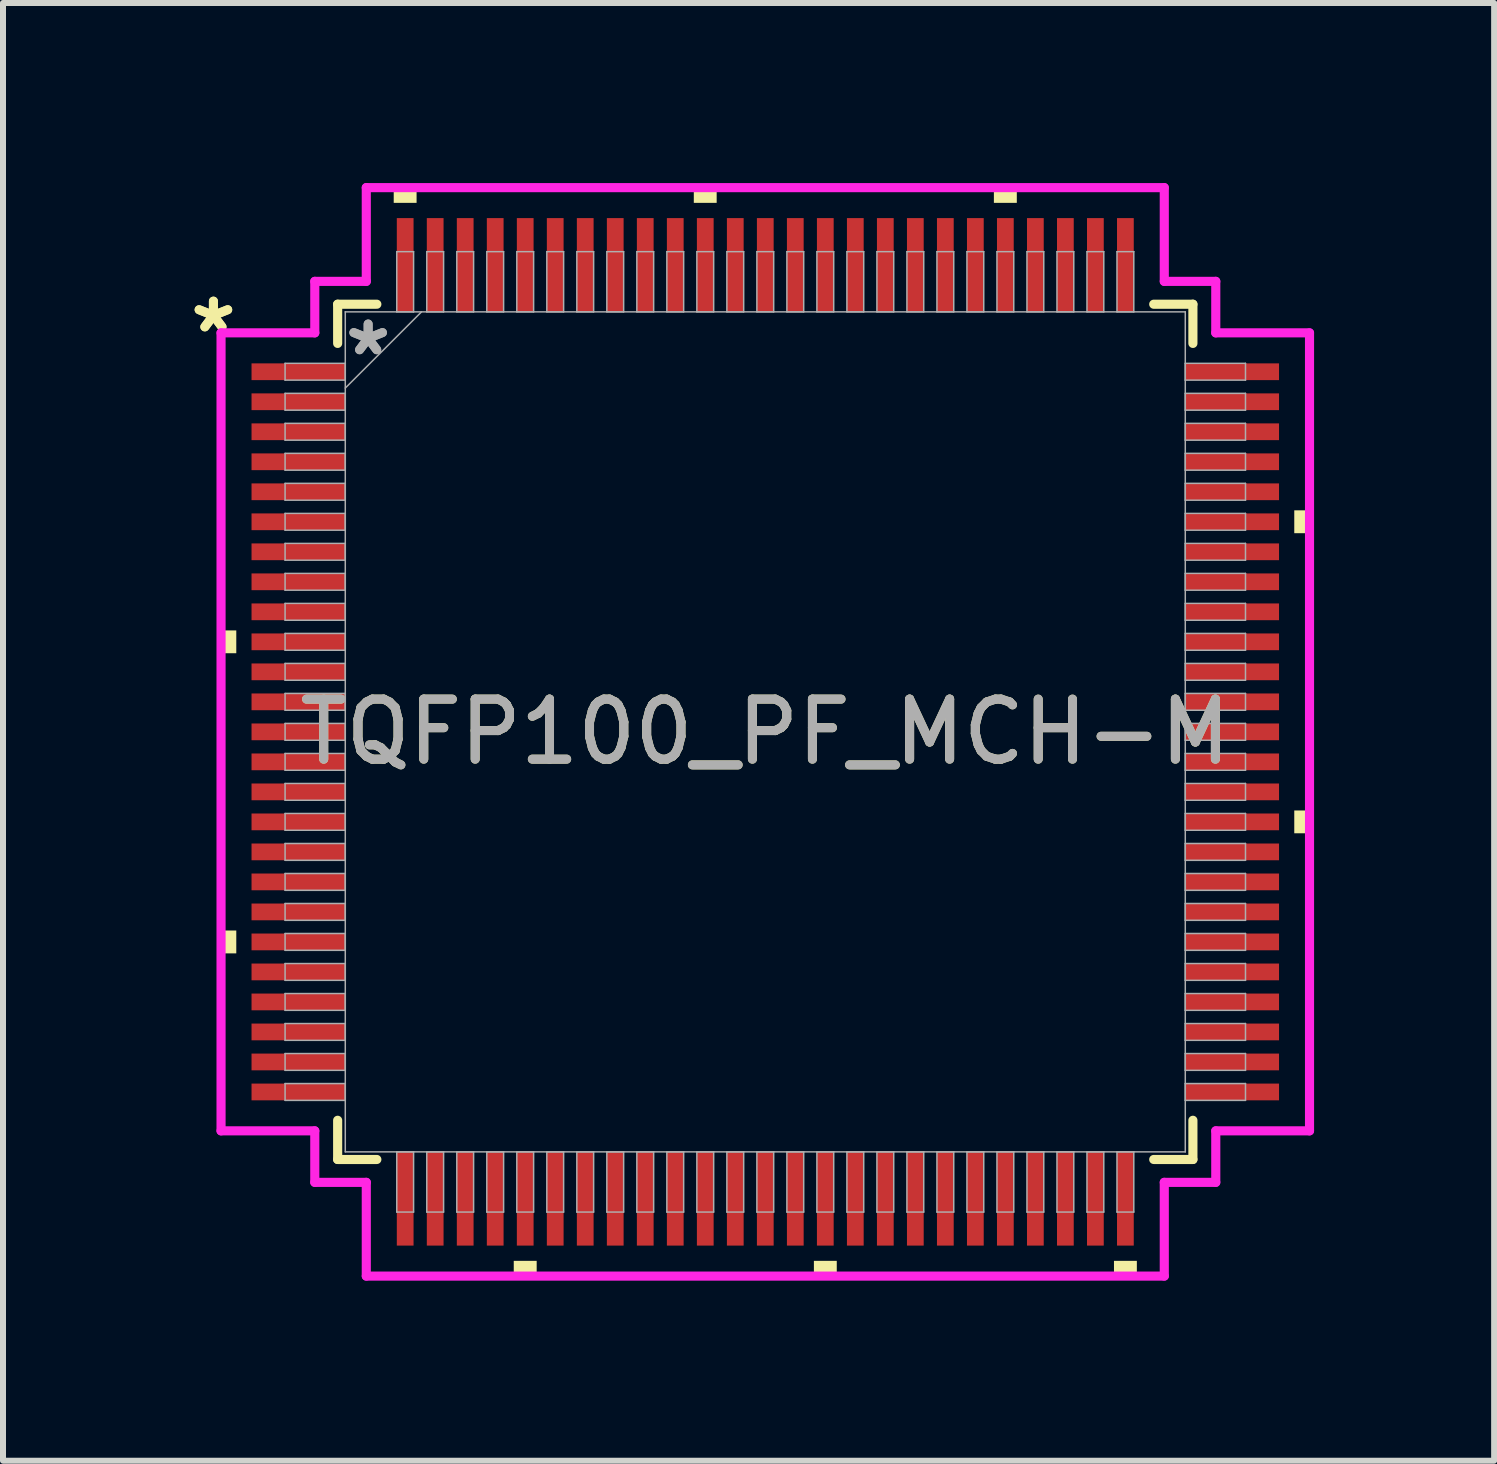
<source format=kicad_pcb>
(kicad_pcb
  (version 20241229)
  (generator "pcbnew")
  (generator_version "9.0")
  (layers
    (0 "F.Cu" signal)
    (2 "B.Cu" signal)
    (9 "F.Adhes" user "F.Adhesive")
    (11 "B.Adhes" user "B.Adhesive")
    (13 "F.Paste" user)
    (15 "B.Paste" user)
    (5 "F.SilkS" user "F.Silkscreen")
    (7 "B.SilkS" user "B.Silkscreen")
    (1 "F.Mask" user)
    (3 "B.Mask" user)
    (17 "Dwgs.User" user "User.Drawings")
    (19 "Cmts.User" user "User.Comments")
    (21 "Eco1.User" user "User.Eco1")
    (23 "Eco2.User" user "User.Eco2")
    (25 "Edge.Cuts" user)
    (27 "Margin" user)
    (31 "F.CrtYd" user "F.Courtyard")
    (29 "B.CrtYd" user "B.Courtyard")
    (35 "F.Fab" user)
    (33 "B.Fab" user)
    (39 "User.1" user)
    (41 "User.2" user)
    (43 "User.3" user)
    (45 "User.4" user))
  (footprint "TQFP100_PF_MCH-M"
    (layer "F.Cu")
    (at 9.701 9.144)
    (property "Reference" "TQFP100_PF_MCH-M" (at 0 0 0) (unlocked yes) (layer "F.SilkS") (effects (font (size 1 1) (thickness 0.15))))
    (attr smd)
    (fp_line (start -7.125 -7.125) (end -7.125 -6.472) (stroke (width 0.152) (type solid)) (layer "F.SilkS"))
    (fp_line (start -7.125 6.472) (end -7.125 7.125) (stroke (width 0.152) (type solid)) (layer "F.SilkS"))
    (fp_line (start -7.125 7.125) (end -6.472 7.125) (stroke (width 0.152) (type solid)) (layer "F.SilkS"))
    (fp_line (start -6.472 -7.125) (end -7.125 -7.125) (stroke (width 0.152) (type solid)) (layer "F.SilkS"))
    (fp_line (start 6.472 7.125) (end 7.125 7.125) (stroke (width 0.152) (type solid)) (layer "F.SilkS"))
    (fp_line (start 7.125 -7.125) (end 6.472 -7.125) (stroke (width 0.152) (type solid)) (layer "F.SilkS"))
    (fp_line (start 7.125 -6.472) (end 7.125 -7.125) (stroke (width 0.152) (type solid)) (layer "F.SilkS"))
    (fp_line (start 7.125 7.125) (end 7.125 6.472) (stroke (width 0.152) (type solid)) (layer "F.SilkS"))
    (fp_poly (pts (xy -9.068 -1.69) (xy -9.068 -1.31) (xy -8.814 -1.31) (xy -8.814 -1.69)) (stroke (width 0) (type solid)) (fill yes) (layer "F.SilkS"))
    (fp_poly (pts (xy -9.068 3.31) (xy -9.068 3.691) (xy -8.814 3.691) (xy -8.814 3.31)) (stroke (width 0) (type solid)) (fill yes) (layer "F.SilkS"))
    (fp_poly (pts (xy -6.191 -8.814) (xy -6.191 -9.068) (xy -5.81 -9.068) (xy -5.81 -8.814)) (stroke (width 0) (type solid)) (fill yes) (layer "F.SilkS"))
    (fp_poly (pts (xy -4.191 8.814) (xy -4.191 9.068) (xy -3.809 9.068) (xy -3.809 8.814)) (stroke (width 0) (type solid)) (fill yes) (layer "F.SilkS"))
    (fp_poly (pts (xy -1.191 -8.814) (xy -1.191 -9.068) (xy -0.81 -9.068) (xy -0.81 -8.814)) (stroke (width 0) (type solid)) (fill yes) (layer "F.SilkS"))
    (fp_poly (pts (xy 0.81 8.814) (xy 0.81 9.068) (xy 1.191 9.068) (xy 1.191 8.814)) (stroke (width 0) (type solid)) (fill yes) (layer "F.SilkS"))
    (fp_poly (pts (xy 3.809 -8.814) (xy 3.809 -9.068) (xy 4.191 -9.068) (xy 4.191 -8.814)) (stroke (width 0) (type solid)) (fill yes) (layer "F.SilkS"))
    (fp_poly (pts (xy 5.81 8.814) (xy 5.81 9.068) (xy 6.191 9.068) (xy 6.191 8.814)) (stroke (width 0) (type solid)) (fill yes) (layer "F.SilkS"))
    (fp_poly (pts (xy 9.068 -3.691) (xy 9.068 -3.31) (xy 8.814 -3.31) (xy 8.814 -3.691)) (stroke (width 0) (type solid)) (fill yes) (layer "F.SilkS"))
    (fp_poly (pts (xy 9.068 1.31) (xy 9.068 1.69) (xy 8.814 1.69) (xy 8.814 1.31)) (stroke (width 0) (type solid)) (fill yes) (layer "F.SilkS"))
    (fp_line (start -9.068 -6.648) (end -7.506 -6.648) (stroke (width 0.152) (type solid)) (layer "F.CrtYd"))
    (fp_line (start -9.068 6.648) (end -9.068 -6.648) (stroke (width 0.152) (type solid)) (layer "F.CrtYd"))
    (fp_line (start -7.506 -7.506) (end -6.648 -7.506) (stroke (width 0.152) (type solid)) (layer "F.CrtYd"))
    (fp_line (start -7.506 -6.648) (end -7.506 -7.506) (stroke (width 0.152) (type solid)) (layer "F.CrtYd"))
    (fp_line (start -7.506 6.648) (end -9.068 6.648) (stroke (width 0.152) (type solid)) (layer "F.CrtYd"))
    (fp_line (start -7.506 7.506) (end -7.506 6.648) (stroke (width 0.152) (type solid)) (layer "F.CrtYd"))
    (fp_line (start -7.506 7.506) (end -6.648 7.506) (stroke (width 0.152) (type solid)) (layer "F.CrtYd"))
    (fp_line (start -6.648 -9.068) (end 6.648 -9.068) (stroke (width 0.152) (type solid)) (layer "F.CrtYd"))
    (fp_line (start -6.648 -7.506) (end -6.648 -9.068) (stroke (width 0.152) (type solid)) (layer "F.CrtYd"))
    (fp_line (start -6.648 7.506) (end -6.648 9.068) (stroke (width 0.152) (type solid)) (layer "F.CrtYd"))
    (fp_line (start -6.648 9.068) (end 6.648 9.068) (stroke (width 0.152) (type solid)) (layer "F.CrtYd"))
    (fp_line (start 6.648 -9.068) (end 6.648 -7.506) (stroke (width 0.152) (type solid)) (layer "F.CrtYd"))
    (fp_line (start 6.648 -7.506) (end 7.506 -7.506) (stroke (width 0.152) (type solid)) (layer "F.CrtYd"))
    (fp_line (start 6.648 7.506) (end 7.506 7.506) (stroke (width 0.152) (type solid)) (layer "F.CrtYd"))
    (fp_line (start 6.648 9.068) (end 6.648 7.506) (stroke (width 0.152) (type solid)) (layer "F.CrtYd"))
    (fp_line (start 7.506 -6.648) (end 7.506 -7.506) (stroke (width 0.152) (type solid)) (layer "F.CrtYd"))
    (fp_line (start 7.506 6.648) (end 9.068 6.648) (stroke (width 0.152) (type solid)) (layer "F.CrtYd"))
    (fp_line (start 7.506 7.506) (end 7.506 6.648) (stroke (width 0.152) (type solid)) (layer "F.CrtYd"))
    (fp_line (start 9.068 -6.648) (end 7.506 -6.648) (stroke (width 0.152) (type solid)) (layer "F.CrtYd"))
    (fp_line (start 9.068 6.648) (end 9.068 -6.648) (stroke (width 0.152) (type solid)) (layer "F.CrtYd"))
    (fp_line (start -8.001 -6.14) (end -8.001 -5.86) (stroke (width 0.025) (type solid)) (layer "F.Fab"))
    (fp_line (start -8.001 -5.86) (end -6.998 -5.86) (stroke (width 0.025) (type solid)) (layer "F.Fab"))
    (fp_line (start -8.001 -5.64) (end -8.001 -5.36) (stroke (width 0.025) (type solid)) (layer "F.Fab"))
    (fp_line (start -8.001 -5.36) (end -6.998 -5.36) (stroke (width 0.025) (type solid)) (layer "F.Fab"))
    (fp_line (start -8.001 -5.14) (end -8.001 -4.86) (stroke (width 0.025) (type solid)) (layer "F.Fab"))
    (fp_line (start -8.001 -4.86) (end -6.998 -4.86) (stroke (width 0.025) (type solid)) (layer "F.Fab"))
    (fp_line (start -8.001 -4.64) (end -8.001 -4.36) (stroke (width 0.025) (type solid)) (layer "F.Fab"))
    (fp_line (start -8.001 -4.36) (end -6.998 -4.36) (stroke (width 0.025) (type solid)) (layer "F.Fab"))
    (fp_line (start -8.001 -4.14) (end -8.001 -3.86) (stroke (width 0.025) (type solid)) (layer "F.Fab"))
    (fp_line (start -8.001 -3.86) (end -6.998 -3.86) (stroke (width 0.025) (type solid)) (layer "F.Fab"))
    (fp_line (start -8.001 -3.64) (end -8.001 -3.36) (stroke (width 0.025) (type solid)) (layer "F.Fab"))
    (fp_line (start -8.001 -3.36) (end -6.998 -3.36) (stroke (width 0.025) (type solid)) (layer "F.Fab"))
    (fp_line (start -8.001 -3.14) (end -8.001 -2.86) (stroke (width 0.025) (type solid)) (layer "F.Fab"))
    (fp_line (start -8.001 -2.86) (end -6.998 -2.86) (stroke (width 0.025) (type solid)) (layer "F.Fab"))
    (fp_line (start -8.001 -2.64) (end -8.001 -2.36) (stroke (width 0.025) (type solid)) (layer "F.Fab"))
    (fp_line (start -8.001 -2.36) (end -6.998 -2.36) (stroke (width 0.025) (type solid)) (layer "F.Fab"))
    (fp_line (start -8.001 -2.14) (end -8.001 -1.86) (stroke (width 0.025) (type solid)) (layer "F.Fab"))
    (fp_line (start -8.001 -1.86) (end -6.998 -1.86) (stroke (width 0.025) (type solid)) (layer "F.Fab"))
    (fp_line (start -8.001 -1.64) (end -8.001 -1.36) (stroke (width 0.025) (type solid)) (layer "F.Fab"))
    (fp_line (start -8.001 -1.36) (end -6.998 -1.36) (stroke (width 0.025) (type solid)) (layer "F.Fab"))
    (fp_line (start -8.001 -1.14) (end -8.001 -0.86) (stroke (width 0.025) (type solid)) (layer "F.Fab"))
    (fp_line (start -8.001 -0.86) (end -6.998 -0.86) (stroke (width 0.025) (type solid)) (layer "F.Fab"))
    (fp_line (start -8.001 -0.64) (end -8.001 -0.36) (stroke (width 0.025) (type solid)) (layer "F.Fab"))
    (fp_line (start -8.001 -0.36) (end -6.998 -0.36) (stroke (width 0.025) (type solid)) (layer "F.Fab"))
    (fp_line (start -8.001 -0.14) (end -8.001 0.14) (stroke (width 0.025) (type solid)) (layer "F.Fab"))
    (fp_line (start -8.001 0.14) (end -6.998 0.14) (stroke (width 0.025) (type solid)) (layer "F.Fab"))
    (fp_line (start -8.001 0.36) (end -8.001 0.64) (stroke (width 0.025) (type solid)) (layer "F.Fab"))
    (fp_line (start -8.001 0.64) (end -6.998 0.64) (stroke (width 0.025) (type solid)) (layer "F.Fab"))
    (fp_line (start -8.001 0.86) (end -8.001 1.14) (stroke (width 0.025) (type solid)) (layer "F.Fab"))
    (fp_line (start -8.001 1.14) (end -6.998 1.14) (stroke (width 0.025) (type solid)) (layer "F.Fab"))
    (fp_line (start -8.001 1.36) (end -8.001 1.64) (stroke (width 0.025) (type solid)) (layer "F.Fab"))
    (fp_line (start -8.001 1.64) (end -6.998 1.64) (stroke (width 0.025) (type solid)) (layer "F.Fab"))
    (fp_line (start -8.001 1.86) (end -8.001 2.14) (stroke (width 0.025) (type solid)) (layer "F.Fab"))
    (fp_line (start -8.001 2.14) (end -6.998 2.14) (stroke (width 0.025) (type solid)) (layer "F.Fab"))
    (fp_line (start -8.001 2.36) (end -8.001 2.64) (stroke (width 0.025) (type solid)) (layer "F.Fab"))
    (fp_line (start -8.001 2.64) (end -6.998 2.64) (stroke (width 0.025) (type solid)) (layer "F.Fab"))
    (fp_line (start -8.001 2.86) (end -8.001 3.14) (stroke (width 0.025) (type solid)) (layer "F.Fab"))
    (fp_line (start -8.001 3.14) (end -6.998 3.14) (stroke (width 0.025) (type solid)) (layer "F.Fab"))
    (fp_line (start -8.001 3.36) (end -8.001 3.64) (stroke (width 0.025) (type solid)) (layer "F.Fab"))
    (fp_line (start -8.001 3.64) (end -6.998 3.64) (stroke (width 0.025) (type solid)) (layer "F.Fab"))
    (fp_line (start -8.001 3.86) (end -8.001 4.14) (stroke (width 0.025) (type solid)) (layer "F.Fab"))
    (fp_line (start -8.001 4.14) (end -6.998 4.14) (stroke (width 0.025) (type solid)) (layer "F.Fab"))
    (fp_line (start -8.001 4.36) (end -8.001 4.64) (stroke (width 0.025) (type solid)) (layer "F.Fab"))
    (fp_line (start -8.001 4.64) (end -6.998 4.64) (stroke (width 0.025) (type solid)) (layer "F.Fab"))
    (fp_line (start -8.001 4.86) (end -8.001 5.14) (stroke (width 0.025) (type solid)) (layer "F.Fab"))
    (fp_line (start -8.001 5.14) (end -6.998 5.14) (stroke (width 0.025) (type solid)) (layer "F.Fab"))
    (fp_line (start -8.001 5.36) (end -8.001 5.64) (stroke (width 0.025) (type solid)) (layer "F.Fab"))
    (fp_line (start -8.001 5.64) (end -6.998 5.64) (stroke (width 0.025) (type solid)) (layer "F.Fab"))
    (fp_line (start -8.001 5.86) (end -8.001 6.14) (stroke (width 0.025) (type solid)) (layer "F.Fab"))
    (fp_line (start -8.001 6.14) (end -6.998 6.14) (stroke (width 0.025) (type solid)) (layer "F.Fab"))
    (fp_line (start -6.998 -6.998) (end -6.998 6.998) (stroke (width 0.025) (type solid)) (layer "F.Fab"))
    (fp_line (start -6.998 -6.14) (end -8.001 -6.14) (stroke (width 0.025) (type solid)) (layer "F.Fab"))
    (fp_line (start -6.998 -5.86) (end -6.998 -6.14) (stroke (width 0.025) (type solid)) (layer "F.Fab"))
    (fp_line (start -6.998 -5.728) (end -5.728 -6.998) (stroke (width 0.025) (type solid)) (layer "F.Fab"))
    (fp_line (start -6.998 -5.64) (end -8.001 -5.64) (stroke (width 0.025) (type solid)) (layer "F.Fab"))
    (fp_line (start -6.998 -5.36) (end -6.998 -5.64) (stroke (width 0.025) (type solid)) (layer "F.Fab"))
    (fp_line (start -6.998 -5.14) (end -8.001 -5.14) (stroke (width 0.025) (type solid)) (layer "F.Fab"))
    (fp_line (start -6.998 -4.86) (end -6.998 -5.14) (stroke (width 0.025) (type solid)) (layer "F.Fab"))
    (fp_line (start -6.998 -4.64) (end -8.001 -4.64) (stroke (width 0.025) (type solid)) (layer "F.Fab"))
    (fp_line (start -6.998 -4.36) (end -6.998 -4.64) (stroke (width 0.025) (type solid)) (layer "F.Fab"))
    (fp_line (start -6.998 -4.14) (end -8.001 -4.14) (stroke (width 0.025) (type solid)) (layer "F.Fab"))
    (fp_line (start -6.998 -3.86) (end -6.998 -4.14) (stroke (width 0.025) (type solid)) (layer "F.Fab"))
    (fp_line (start -6.998 -3.64) (end -8.001 -3.64) (stroke (width 0.025) (type solid)) (layer "F.Fab"))
    (fp_line (start -6.998 -3.36) (end -6.998 -3.64) (stroke (width 0.025) (type solid)) (layer "F.Fab"))
    (fp_line (start -6.998 -3.14) (end -8.001 -3.14) (stroke (width 0.025) (type solid)) (layer "F.Fab"))
    (fp_line (start -6.998 -2.86) (end -6.998 -3.14) (stroke (width 0.025) (type solid)) (layer "F.Fab"))
    (fp_line (start -6.998 -2.64) (end -8.001 -2.64) (stroke (width 0.025) (type solid)) (layer "F.Fab"))
    (fp_line (start -6.998 -2.36) (end -6.998 -2.64) (stroke (width 0.025) (type solid)) (layer "F.Fab"))
    (fp_line (start -6.998 -2.14) (end -8.001 -2.14) (stroke (width 0.025) (type solid)) (layer "F.Fab"))
    (fp_line (start -6.998 -1.86) (end -6.998 -2.14) (stroke (width 0.025) (type solid)) (layer "F.Fab"))
    (fp_line (start -6.998 -1.64) (end -8.001 -1.64) (stroke (width 0.025) (type solid)) (layer "F.Fab"))
    (fp_line (start -6.998 -1.36) (end -6.998 -1.64) (stroke (width 0.025) (type solid)) (layer "F.Fab"))
    (fp_line (start -6.998 -1.14) (end -8.001 -1.14) (stroke (width 0.025) (type solid)) (layer "F.Fab"))
    (fp_line (start -6.998 -0.86) (end -6.998 -1.14) (stroke (width 0.025) (type solid)) (layer "F.Fab"))
    (fp_line (start -6.998 -0.64) (end -8.001 -0.64) (stroke (width 0.025) (type solid)) (layer "F.Fab"))
    (fp_line (start -6.998 -0.36) (end -6.998 -0.64) (stroke (width 0.025) (type solid)) (layer "F.Fab"))
    (fp_line (start -6.998 -0.14) (end -8.001 -0.14) (stroke (width 0.025) (type solid)) (layer "F.Fab"))
    (fp_line (start -6.998 0.14) (end -6.998 -0.14) (stroke (width 0.025) (type solid)) (layer "F.Fab"))
    (fp_line (start -6.998 0.36) (end -8.001 0.36) (stroke (width 0.025) (type solid)) (layer "F.Fab"))
    (fp_line (start -6.998 0.64) (end -6.998 0.36) (stroke (width 0.025) (type solid)) (layer "F.Fab"))
    (fp_line (start -6.998 0.86) (end -8.001 0.86) (stroke (width 0.025) (type solid)) (layer "F.Fab"))
    (fp_line (start -6.998 1.14) (end -6.998 0.86) (stroke (width 0.025) (type solid)) (layer "F.Fab"))
    (fp_line (start -6.998 1.36) (end -8.001 1.36) (stroke (width 0.025) (type solid)) (layer "F.Fab"))
    (fp_line (start -6.998 1.64) (end -6.998 1.36) (stroke (width 0.025) (type solid)) (layer "F.Fab"))
    (fp_line (start -6.998 1.86) (end -8.001 1.86) (stroke (width 0.025) (type solid)) (layer "F.Fab"))
    (fp_line (start -6.998 2.14) (end -6.998 1.86) (stroke (width 0.025) (type solid)) (layer "F.Fab"))
    (fp_line (start -6.998 2.36) (end -8.001 2.36) (stroke (width 0.025) (type solid)) (layer "F.Fab"))
    (fp_line (start -6.998 2.64) (end -6.998 2.36) (stroke (width 0.025) (type solid)) (layer "F.Fab"))
    (fp_line (start -6.998 2.86) (end -8.001 2.86) (stroke (width 0.025) (type solid)) (layer "F.Fab"))
    (fp_line (start -6.998 3.14) (end -6.998 2.86) (stroke (width 0.025) (type solid)) (layer "F.Fab"))
    (fp_line (start -6.998 3.36) (end -8.001 3.36) (stroke (width 0.025) (type solid)) (layer "F.Fab"))
    (fp_line (start -6.998 3.64) (end -6.998 3.36) (stroke (width 0.025) (type solid)) (layer "F.Fab"))
    (fp_line (start -6.998 3.86) (end -8.001 3.86) (stroke (width 0.025) (type solid)) (layer "F.Fab"))
    (fp_line (start -6.998 4.14) (end -6.998 3.86) (stroke (width 0.025) (type solid)) (layer "F.Fab"))
    (fp_line (start -6.998 4.36) (end -8.001 4.36) (stroke (width 0.025) (type solid)) (layer "F.Fab"))
    (fp_line (start -6.998 4.64) (end -6.998 4.36) (stroke (width 0.025) (type solid)) (layer "F.Fab"))
    (fp_line (start -6.998 4.86) (end -8.001 4.86) (stroke (width 0.025) (type solid)) (layer "F.Fab"))
    (fp_line (start -6.998 5.14) (end -6.998 4.86) (stroke (width 0.025) (type solid)) (layer "F.Fab"))
    (fp_line (start -6.998 5.36) (end -8.001 5.36) (stroke (width 0.025) (type solid)) (layer "F.Fab"))
    (fp_line (start -6.998 5.64) (end -6.998 5.36) (stroke (width 0.025) (type solid)) (layer "F.Fab"))
    (fp_line (start -6.998 5.86) (end -8.001 5.86) (stroke (width 0.025) (type solid)) (layer "F.Fab"))
    (fp_line (start -6.998 6.14) (end -6.998 5.86) (stroke (width 0.025) (type solid)) (layer "F.Fab"))
    (fp_line (start -6.998 6.998) (end 6.998 6.998) (stroke (width 0.025) (type solid)) (layer "F.Fab"))
    (fp_line (start -6.14 -8.001) (end -6.14 -6.998) (stroke (width 0.025) (type solid)) (layer "F.Fab"))
    (fp_line (start -6.14 -6.998) (end -5.86 -6.998) (stroke (width 0.025) (type solid)) (layer "F.Fab"))
    (fp_line (start -6.14 6.998) (end -6.14 8.001) (stroke (width 0.025) (type solid)) (layer "F.Fab"))
    (fp_line (start -6.14 8.001) (end -5.86 8.001) (stroke (width 0.025) (type solid)) (layer "F.Fab"))
    (fp_line (start -5.86 -8.001) (end -6.14 -8.001) (stroke (width 0.025) (type solid)) (layer "F.Fab"))
    (fp_line (start -5.86 -6.998) (end -5.86 -8.001) (stroke (width 0.025) (type solid)) (layer "F.Fab"))
    (fp_line (start -5.86 6.998) (end -6.14 6.998) (stroke (width 0.025) (type solid)) (layer "F.Fab"))
    (fp_line (start -5.86 8.001) (end -5.86 6.998) (stroke (width 0.025) (type solid)) (layer "F.Fab"))
    (fp_line (start -5.64 -8.001) (end -5.64 -6.998) (stroke (width 0.025) (type solid)) (layer "F.Fab"))
    (fp_line (start -5.64 -6.998) (end -5.36 -6.998) (stroke (width 0.025) (type solid)) (layer "F.Fab"))
    (fp_line (start -5.64 6.998) (end -5.64 8.001) (stroke (width 0.025) (type solid)) (layer "F.Fab"))
    (fp_line (start -5.64 8.001) (end -5.36 8.001) (stroke (width 0.025) (type solid)) (layer "F.Fab"))
    (fp_line (start -5.36 -8.001) (end -5.64 -8.001) (stroke (width 0.025) (type solid)) (layer "F.Fab"))
    (fp_line (start -5.36 -6.998) (end -5.36 -8.001) (stroke (width 0.025) (type solid)) (layer "F.Fab"))
    (fp_line (start -5.36 6.998) (end -5.64 6.998) (stroke (width 0.025) (type solid)) (layer "F.Fab"))
    (fp_line (start -5.36 8.001) (end -5.36 6.998) (stroke (width 0.025) (type solid)) (layer "F.Fab"))
    (fp_line (start -5.14 -8.001) (end -5.14 -6.998) (stroke (width 0.025) (type solid)) (layer "F.Fab"))
    (fp_line (start -5.14 -6.998) (end -4.86 -6.998) (stroke (width 0.025) (type solid)) (layer "F.Fab"))
    (fp_line (start -5.14 6.998) (end -5.14 8.001) (stroke (width 0.025) (type solid)) (layer "F.Fab"))
    (fp_line (start -5.14 8.001) (end -4.86 8.001) (stroke (width 0.025) (type solid)) (layer "F.Fab"))
    (fp_line (start -4.86 -8.001) (end -5.14 -8.001) (stroke (width 0.025) (type solid)) (layer "F.Fab"))
    (fp_line (start -4.86 -6.998) (end -4.86 -8.001) (stroke (width 0.025) (type solid)) (layer "F.Fab"))
    (fp_line (start -4.86 6.998) (end -5.14 6.998) (stroke (width 0.025) (type solid)) (layer "F.Fab"))
    (fp_line (start -4.86 8.001) (end -4.86 6.998) (stroke (width 0.025) (type solid)) (layer "F.Fab"))
    (fp_line (start -4.64 -8.001) (end -4.64 -6.998) (stroke (width 0.025) (type solid)) (layer "F.Fab"))
    (fp_line (start -4.64 -6.998) (end -4.36 -6.998) (stroke (width 0.025) (type solid)) (layer "F.Fab"))
    (fp_line (start -4.64 6.998) (end -4.64 8.001) (stroke (width 0.025) (type solid)) (layer "F.Fab"))
    (fp_line (start -4.64 8.001) (end -4.36 8.001) (stroke (width 0.025) (type solid)) (layer "F.Fab"))
    (fp_line (start -4.36 -8.001) (end -4.64 -8.001) (stroke (width 0.025) (type solid)) (layer "F.Fab"))
    (fp_line (start -4.36 -6.998) (end -4.36 -8.001) (stroke (width 0.025) (type solid)) (layer "F.Fab"))
    (fp_line (start -4.36 6.998) (end -4.64 6.998) (stroke (width 0.025) (type solid)) (layer "F.Fab"))
    (fp_line (start -4.36 8.001) (end -4.36 6.998) (stroke (width 0.025) (type solid)) (layer "F.Fab"))
    (fp_line (start -4.14 -8.001) (end -4.14 -6.998) (stroke (width 0.025) (type solid)) (layer "F.Fab"))
    (fp_line (start -4.14 -6.998) (end -3.86 -6.998) (stroke (width 0.025) (type solid)) (layer "F.Fab"))
    (fp_line (start -4.14 6.998) (end -4.14 8.001) (stroke (width 0.025) (type solid)) (layer "F.Fab"))
    (fp_line (start -4.14 8.001) (end -3.86 8.001) (stroke (width 0.025) (type solid)) (layer "F.Fab"))
    (fp_line (start -3.86 -8.001) (end -4.14 -8.001) (stroke (width 0.025) (type solid)) (layer "F.Fab"))
    (fp_line (start -3.86 -6.998) (end -3.86 -8.001) (stroke (width 0.025) (type solid)) (layer "F.Fab"))
    (fp_line (start -3.86 6.998) (end -4.14 6.998) (stroke (width 0.025) (type solid)) (layer "F.Fab"))
    (fp_line (start -3.86 8.001) (end -3.86 6.998) (stroke (width 0.025) (type solid)) (layer "F.Fab"))
    (fp_line (start -3.64 -8.001) (end -3.64 -6.998) (stroke (width 0.025) (type solid)) (layer "F.Fab"))
    (fp_line (start -3.64 -6.998) (end -3.36 -6.998) (stroke (width 0.025) (type solid)) (layer "F.Fab"))
    (fp_line (start -3.64 6.998) (end -3.64 8.001) (stroke (width 0.025) (type solid)) (layer "F.Fab"))
    (fp_line (start -3.64 8.001) (end -3.36 8.001) (stroke (width 0.025) (type solid)) (layer "F.Fab"))
    (fp_line (start -3.36 -8.001) (end -3.64 -8.001) (stroke (width 0.025) (type solid)) (layer "F.Fab"))
    (fp_line (start -3.36 -6.998) (end -3.36 -8.001) (stroke (width 0.025) (type solid)) (layer "F.Fab"))
    (fp_line (start -3.36 6.998) (end -3.64 6.998) (stroke (width 0.025) (type solid)) (layer "F.Fab"))
    (fp_line (start -3.36 8.001) (end -3.36 6.998) (stroke (width 0.025) (type solid)) (layer "F.Fab"))
    (fp_line (start -3.14 -8.001) (end -3.14 -6.998) (stroke (width 0.025) (type solid)) (layer "F.Fab"))
    (fp_line (start -3.14 -6.998) (end -2.86 -6.998) (stroke (width 0.025) (type solid)) (layer "F.Fab"))
    (fp_line (start -3.14 6.998) (end -3.14 8.001) (stroke (width 0.025) (type solid)) (layer "F.Fab"))
    (fp_line (start -3.14 8.001) (end -2.86 8.001) (stroke (width 0.025) (type solid)) (layer "F.Fab"))
    (fp_line (start -2.86 -8.001) (end -3.14 -8.001) (stroke (width 0.025) (type solid)) (layer "F.Fab"))
    (fp_line (start -2.86 -6.998) (end -2.86 -8.001) (stroke (width 0.025) (type solid)) (layer "F.Fab"))
    (fp_line (start -2.86 6.998) (end -3.14 6.998) (stroke (width 0.025) (type solid)) (layer "F.Fab"))
    (fp_line (start -2.86 8.001) (end -2.86 6.998) (stroke (width 0.025) (type solid)) (layer "F.Fab"))
    (fp_line (start -2.64 -8.001) (end -2.64 -6.998) (stroke (width 0.025) (type solid)) (layer "F.Fab"))
    (fp_line (start -2.64 -6.998) (end -2.36 -6.998) (stroke (width 0.025) (type solid)) (layer "F.Fab"))
    (fp_line (start -2.64 6.998) (end -2.64 8.001) (stroke (width 0.025) (type solid)) (layer "F.Fab"))
    (fp_line (start -2.64 8.001) (end -2.36 8.001) (stroke (width 0.025) (type solid)) (layer "F.Fab"))
    (fp_line (start -2.36 -8.001) (end -2.64 -8.001) (stroke (width 0.025) (type solid)) (layer "F.Fab"))
    (fp_line (start -2.36 -6.998) (end -2.36 -8.001) (stroke (width 0.025) (type solid)) (layer "F.Fab"))
    (fp_line (start -2.36 6.998) (end -2.64 6.998) (stroke (width 0.025) (type solid)) (layer "F.Fab"))
    (fp_line (start -2.36 8.001) (end -2.36 6.998) (stroke (width 0.025) (type solid)) (layer "F.Fab"))
    (fp_line (start -2.14 -8.001) (end -2.14 -6.998) (stroke (width 0.025) (type solid)) (layer "F.Fab"))
    (fp_line (start -2.14 -6.998) (end -1.86 -6.998) (stroke (width 0.025) (type solid)) (layer "F.Fab"))
    (fp_line (start -2.14 6.998) (end -2.14 8.001) (stroke (width 0.025) (type solid)) (layer "F.Fab"))
    (fp_line (start -2.14 8.001) (end -1.86 8.001) (stroke (width 0.025) (type solid)) (layer "F.Fab"))
    (fp_line (start -1.86 -8.001) (end -2.14 -8.001) (stroke (width 0.025) (type solid)) (layer "F.Fab"))
    (fp_line (start -1.86 -6.998) (end -1.86 -8.001) (stroke (width 0.025) (type solid)) (layer "F.Fab"))
    (fp_line (start -1.86 6.998) (end -2.14 6.998) (stroke (width 0.025) (type solid)) (layer "F.Fab"))
    (fp_line (start -1.86 8.001) (end -1.86 6.998) (stroke (width 0.025) (type solid)) (layer "F.Fab"))
    (fp_line (start -1.64 -8.001) (end -1.64 -6.998) (stroke (width 0.025) (type solid)) (layer "F.Fab"))
    (fp_line (start -1.64 -6.998) (end -1.36 -6.998) (stroke (width 0.025) (type solid)) (layer "F.Fab"))
    (fp_line (start -1.64 6.998) (end -1.64 8.001) (stroke (width 0.025) (type solid)) (layer "F.Fab"))
    (fp_line (start -1.64 8.001) (end -1.36 8.001) (stroke (width 0.025) (type solid)) (layer "F.Fab"))
    (fp_line (start -1.36 -8.001) (end -1.64 -8.001) (stroke (width 0.025) (type solid)) (layer "F.Fab"))
    (fp_line (start -1.36 -6.998) (end -1.36 -8.001) (stroke (width 0.025) (type solid)) (layer "F.Fab"))
    (fp_line (start -1.36 6.998) (end -1.64 6.998) (stroke (width 0.025) (type solid)) (layer "F.Fab"))
    (fp_line (start -1.36 8.001) (end -1.36 6.998) (stroke (width 0.025) (type solid)) (layer "F.Fab"))
    (fp_line (start -1.14 -8.001) (end -1.14 -6.998) (stroke (width 0.025) (type solid)) (layer "F.Fab"))
    (fp_line (start -1.14 -6.998) (end -0.86 -6.998) (stroke (width 0.025) (type solid)) (layer "F.Fab"))
    (fp_line (start -1.14 6.998) (end -1.14 8.001) (stroke (width 0.025) (type solid)) (layer "F.Fab"))
    (fp_line (start -1.14 8.001) (end -0.86 8.001) (stroke (width 0.025) (type solid)) (layer "F.Fab"))
    (fp_line (start -0.86 -8.001) (end -1.14 -8.001) (stroke (width 0.025) (type solid)) (layer "F.Fab"))
    (fp_line (start -0.86 -6.998) (end -0.86 -8.001) (stroke (width 0.025) (type solid)) (layer "F.Fab"))
    (fp_line (start -0.86 6.998) (end -1.14 6.998) (stroke (width 0.025) (type solid)) (layer "F.Fab"))
    (fp_line (start -0.86 8.001) (end -0.86 6.998) (stroke (width 0.025) (type solid)) (layer "F.Fab"))
    (fp_line (start -0.64 -8.001) (end -0.64 -6.998) (stroke (width 0.025) (type solid)) (layer "F.Fab"))
    (fp_line (start -0.64 -6.998) (end -0.36 -6.998) (stroke (width 0.025) (type solid)) (layer "F.Fab"))
    (fp_line (start -0.64 6.998) (end -0.64 8.001) (stroke (width 0.025) (type solid)) (layer "F.Fab"))
    (fp_line (start -0.64 8.001) (end -0.36 8.001) (stroke (width 0.025) (type solid)) (layer "F.Fab"))
    (fp_line (start -0.36 -8.001) (end -0.64 -8.001) (stroke (width 0.025) (type solid)) (layer "F.Fab"))
    (fp_line (start -0.36 -6.998) (end -0.36 -8.001) (stroke (width 0.025) (type solid)) (layer "F.Fab"))
    (fp_line (start -0.36 6.998) (end -0.64 6.998) (stroke (width 0.025) (type solid)) (layer "F.Fab"))
    (fp_line (start -0.36 8.001) (end -0.36 6.998) (stroke (width 0.025) (type solid)) (layer "F.Fab"))
    (fp_line (start -0.14 -8.001) (end -0.14 -6.998) (stroke (width 0.025) (type solid)) (layer "F.Fab"))
    (fp_line (start -0.14 -6.998) (end 0.14 -6.998) (stroke (width 0.025) (type solid)) (layer "F.Fab"))
    (fp_line (start -0.14 6.998) (end -0.14 8.001) (stroke (width 0.025) (type solid)) (layer "F.Fab"))
    (fp_line (start -0.14 8.001) (end 0.14 8.001) (stroke (width 0.025) (type solid)) (layer "F.Fab"))
    (fp_line (start 0.14 -8.001) (end -0.14 -8.001) (stroke (width 0.025) (type solid)) (layer "F.Fab"))
    (fp_line (start 0.14 -6.998) (end 0.14 -8.001) (stroke (width 0.025) (type solid)) (layer "F.Fab"))
    (fp_line (start 0.14 6.998) (end -0.14 6.998) (stroke (width 0.025) (type solid)) (layer "F.Fab"))
    (fp_line (start 0.14 8.001) (end 0.14 6.998) (stroke (width 0.025) (type solid)) (layer "F.Fab"))
    (fp_line (start 0.36 -8.001) (end 0.36 -6.998) (stroke (width 0.025) (type solid)) (layer "F.Fab"))
    (fp_line (start 0.36 -6.998) (end 0.64 -6.998) (stroke (width 0.025) (type solid)) (layer "F.Fab"))
    (fp_line (start 0.36 6.998) (end 0.36 8.001) (stroke (width 0.025) (type solid)) (layer "F.Fab"))
    (fp_line (start 0.36 8.001) (end 0.64 8.001) (stroke (width 0.025) (type solid)) (layer "F.Fab"))
    (fp_line (start 0.64 -8.001) (end 0.36 -8.001) (stroke (width 0.025) (type solid)) (layer "F.Fab"))
    (fp_line (start 0.64 -6.998) (end 0.64 -8.001) (stroke (width 0.025) (type solid)) (layer "F.Fab"))
    (fp_line (start 0.64 6.998) (end 0.36 6.998) (stroke (width 0.025) (type solid)) (layer "F.Fab"))
    (fp_line (start 0.64 8.001) (end 0.64 6.998) (stroke (width 0.025) (type solid)) (layer "F.Fab"))
    (fp_line (start 0.86 -8.001) (end 0.86 -6.998) (stroke (width 0.025) (type solid)) (layer "F.Fab"))
    (fp_line (start 0.86 -6.998) (end 1.14 -6.998) (stroke (width 0.025) (type solid)) (layer "F.Fab"))
    (fp_line (start 0.86 6.998) (end 0.86 8.001) (stroke (width 0.025) (type solid)) (layer "F.Fab"))
    (fp_line (start 0.86 8.001) (end 1.14 8.001) (stroke (width 0.025) (type solid)) (layer "F.Fab"))
    (fp_line (start 1.14 -8.001) (end 0.86 -8.001) (stroke (width 0.025) (type solid)) (layer "F.Fab"))
    (fp_line (start 1.14 -6.998) (end 1.14 -8.001) (stroke (width 0.025) (type solid)) (layer "F.Fab"))
    (fp_line (start 1.14 6.998) (end 0.86 6.998) (stroke (width 0.025) (type solid)) (layer "F.Fab"))
    (fp_line (start 1.14 8.001) (end 1.14 6.998) (stroke (width 0.025) (type solid)) (layer "F.Fab"))
    (fp_line (start 1.36 -8.001) (end 1.36 -6.998) (stroke (width 0.025) (type solid)) (layer "F.Fab"))
    (fp_line (start 1.36 -6.998) (end 1.64 -6.998) (stroke (width 0.025) (type solid)) (layer "F.Fab"))
    (fp_line (start 1.36 6.998) (end 1.36 8.001) (stroke (width 0.025) (type solid)) (layer "F.Fab"))
    (fp_line (start 1.36 8.001) (end 1.64 8.001) (stroke (width 0.025) (type solid)) (layer "F.Fab"))
    (fp_line (start 1.64 -8.001) (end 1.36 -8.001) (stroke (width 0.025) (type solid)) (layer "F.Fab"))
    (fp_line (start 1.64 -6.998) (end 1.64 -8.001) (stroke (width 0.025) (type solid)) (layer "F.Fab"))
    (fp_line (start 1.64 6.998) (end 1.36 6.998) (stroke (width 0.025) (type solid)) (layer "F.Fab"))
    (fp_line (start 1.64 8.001) (end 1.64 6.998) (stroke (width 0.025) (type solid)) (layer "F.Fab"))
    (fp_line (start 1.86 -8.001) (end 1.86 -6.998) (stroke (width 0.025) (type solid)) (layer "F.Fab"))
    (fp_line (start 1.86 -6.998) (end 2.14 -6.998) (stroke (width 0.025) (type solid)) (layer "F.Fab"))
    (fp_line (start 1.86 6.998) (end 1.86 8.001) (stroke (width 0.025) (type solid)) (layer "F.Fab"))
    (fp_line (start 1.86 8.001) (end 2.14 8.001) (stroke (width 0.025) (type solid)) (layer "F.Fab"))
    (fp_line (start 2.14 -8.001) (end 1.86 -8.001) (stroke (width 0.025) (type solid)) (layer "F.Fab"))
    (fp_line (start 2.14 -6.998) (end 2.14 -8.001) (stroke (width 0.025) (type solid)) (layer "F.Fab"))
    (fp_line (start 2.14 6.998) (end 1.86 6.998) (stroke (width 0.025) (type solid)) (layer "F.Fab"))
    (fp_line (start 2.14 8.001) (end 2.14 6.998) (stroke (width 0.025) (type solid)) (layer "F.Fab"))
    (fp_line (start 2.36 -8.001) (end 2.36 -6.998) (stroke (width 0.025) (type solid)) (layer "F.Fab"))
    (fp_line (start 2.36 -6.998) (end 2.64 -6.998) (stroke (width 0.025) (type solid)) (layer "F.Fab"))
    (fp_line (start 2.36 6.998) (end 2.36 8.001) (stroke (width 0.025) (type solid)) (layer "F.Fab"))
    (fp_line (start 2.36 8.001) (end 2.64 8.001) (stroke (width 0.025) (type solid)) (layer "F.Fab"))
    (fp_line (start 2.64 -8.001) (end 2.36 -8.001) (stroke (width 0.025) (type solid)) (layer "F.Fab"))
    (fp_line (start 2.64 -6.998) (end 2.64 -8.001) (stroke (width 0.025) (type solid)) (layer "F.Fab"))
    (fp_line (start 2.64 6.998) (end 2.36 6.998) (stroke (width 0.025) (type solid)) (layer "F.Fab"))
    (fp_line (start 2.64 8.001) (end 2.64 6.998) (stroke (width 0.025) (type solid)) (layer "F.Fab"))
    (fp_line (start 2.86 -8.001) (end 2.86 -6.998) (stroke (width 0.025) (type solid)) (layer "F.Fab"))
    (fp_line (start 2.86 -6.998) (end 3.14 -6.998) (stroke (width 0.025) (type solid)) (layer "F.Fab"))
    (fp_line (start 2.86 6.998) (end 2.86 8.001) (stroke (width 0.025) (type solid)) (layer "F.Fab"))
    (fp_line (start 2.86 8.001) (end 3.14 8.001) (stroke (width 0.025) (type solid)) (layer "F.Fab"))
    (fp_line (start 3.14 -8.001) (end 2.86 -8.001) (stroke (width 0.025) (type solid)) (layer "F.Fab"))
    (fp_line (start 3.14 -6.998) (end 3.14 -8.001) (stroke (width 0.025) (type solid)) (layer "F.Fab"))
    (fp_line (start 3.14 6.998) (end 2.86 6.998) (stroke (width 0.025) (type solid)) (layer "F.Fab"))
    (fp_line (start 3.14 8.001) (end 3.14 6.998) (stroke (width 0.025) (type solid)) (layer "F.Fab"))
    (fp_line (start 3.36 -8.001) (end 3.36 -6.998) (stroke (width 0.025) (type solid)) (layer "F.Fab"))
    (fp_line (start 3.36 -6.998) (end 3.64 -6.998) (stroke (width 0.025) (type solid)) (layer "F.Fab"))
    (fp_line (start 3.36 6.998) (end 3.36 8.001) (stroke (width 0.025) (type solid)) (layer "F.Fab"))
    (fp_line (start 3.36 8.001) (end 3.64 8.001) (stroke (width 0.025) (type solid)) (layer "F.Fab"))
    (fp_line (start 3.64 -8.001) (end 3.36 -8.001) (stroke (width 0.025) (type solid)) (layer "F.Fab"))
    (fp_line (start 3.64 -6.998) (end 3.64 -8.001) (stroke (width 0.025) (type solid)) (layer "F.Fab"))
    (fp_line (start 3.64 6.998) (end 3.36 6.998) (stroke (width 0.025) (type solid)) (layer "F.Fab"))
    (fp_line (start 3.64 8.001) (end 3.64 6.998) (stroke (width 0.025) (type solid)) (layer "F.Fab"))
    (fp_line (start 3.86 -8.001) (end 3.86 -6.998) (stroke (width 0.025) (type solid)) (layer "F.Fab"))
    (fp_line (start 3.86 -6.998) (end 4.14 -6.998) (stroke (width 0.025) (type solid)) (layer "F.Fab"))
    (fp_line (start 3.86 6.998) (end 3.86 8.001) (stroke (width 0.025) (type solid)) (layer "F.Fab"))
    (fp_line (start 3.86 8.001) (end 4.14 8.001) (stroke (width 0.025) (type solid)) (layer "F.Fab"))
    (fp_line (start 4.14 -8.001) (end 3.86 -8.001) (stroke (width 0.025) (type solid)) (layer "F.Fab"))
    (fp_line (start 4.14 -6.998) (end 4.14 -8.001) (stroke (width 0.025) (type solid)) (layer "F.Fab"))
    (fp_line (start 4.14 6.998) (end 3.86 6.998) (stroke (width 0.025) (type solid)) (layer "F.Fab"))
    (fp_line (start 4.14 8.001) (end 4.14 6.998) (stroke (width 0.025) (type solid)) (layer "F.Fab"))
    (fp_line (start 4.36 -8.001) (end 4.36 -6.998) (stroke (width 0.025) (type solid)) (layer "F.Fab"))
    (fp_line (start 4.36 -6.998) (end 4.64 -6.998) (stroke (width 0.025) (type solid)) (layer "F.Fab"))
    (fp_line (start 4.36 6.998) (end 4.36 8.001) (stroke (width 0.025) (type solid)) (layer "F.Fab"))
    (fp_line (start 4.36 8.001) (end 4.64 8.001) (stroke (width 0.025) (type solid)) (layer "F.Fab"))
    (fp_line (start 4.64 -8.001) (end 4.36 -8.001) (stroke (width 0.025) (type solid)) (layer "F.Fab"))
    (fp_line (start 4.64 -6.998) (end 4.64 -8.001) (stroke (width 0.025) (type solid)) (layer "F.Fab"))
    (fp_line (start 4.64 6.998) (end 4.36 6.998) (stroke (width 0.025) (type solid)) (layer "F.Fab"))
    (fp_line (start 4.64 8.001) (end 4.64 6.998) (stroke (width 0.025) (type solid)) (layer "F.Fab"))
    (fp_line (start 4.86 -8.001) (end 4.86 -6.998) (stroke (width 0.025) (type solid)) (layer "F.Fab"))
    (fp_line (start 4.86 -6.998) (end 5.14 -6.998) (stroke (width 0.025) (type solid)) (layer "F.Fab"))
    (fp_line (start 4.86 6.998) (end 4.86 8.001) (stroke (width 0.025) (type solid)) (layer "F.Fab"))
    (fp_line (start 4.86 8.001) (end 5.14 8.001) (stroke (width 0.025) (type solid)) (layer "F.Fab"))
    (fp_line (start 5.14 -8.001) (end 4.86 -8.001) (stroke (width 0.025) (type solid)) (layer "F.Fab"))
    (fp_line (start 5.14 -6.998) (end 5.14 -8.001) (stroke (width 0.025) (type solid)) (layer "F.Fab"))
    (fp_line (start 5.14 6.998) (end 4.86 6.998) (stroke (width 0.025) (type solid)) (layer "F.Fab"))
    (fp_line (start 5.14 8.001) (end 5.14 6.998) (stroke (width 0.025) (type solid)) (layer "F.Fab"))
    (fp_line (start 5.36 -8.001) (end 5.36 -6.998) (stroke (width 0.025) (type solid)) (layer "F.Fab"))
    (fp_line (start 5.36 -6.998) (end 5.64 -6.998) (stroke (width 0.025) (type solid)) (layer "F.Fab"))
    (fp_line (start 5.36 6.998) (end 5.36 8.001) (stroke (width 0.025) (type solid)) (layer "F.Fab"))
    (fp_line (start 5.36 8.001) (end 5.64 8.001) (stroke (width 0.025) (type solid)) (layer "F.Fab"))
    (fp_line (start 5.64 -8.001) (end 5.36 -8.001) (stroke (width 0.025) (type solid)) (layer "F.Fab"))
    (fp_line (start 5.64 -6.998) (end 5.64 -8.001) (stroke (width 0.025) (type solid)) (layer "F.Fab"))
    (fp_line (start 5.64 6.998) (end 5.36 6.998) (stroke (width 0.025) (type solid)) (layer "F.Fab"))
    (fp_line (start 5.64 8.001) (end 5.64 6.998) (stroke (width 0.025) (type solid)) (layer "F.Fab"))
    (fp_line (start 5.86 -8.001) (end 5.86 -6.998) (stroke (width 0.025) (type solid)) (layer "F.Fab"))
    (fp_line (start 5.86 -6.998) (end 6.14 -6.998) (stroke (width 0.025) (type solid)) (layer "F.Fab"))
    (fp_line (start 5.86 6.998) (end 5.86 8.001) (stroke (width 0.025) (type solid)) (layer "F.Fab"))
    (fp_line (start 5.86 8.001) (end 6.14 8.001) (stroke (width 0.025) (type solid)) (layer "F.Fab"))
    (fp_line (start 6.14 -8.001) (end 5.86 -8.001) (stroke (width 0.025) (type solid)) (layer "F.Fab"))
    (fp_line (start 6.14 -6.998) (end 6.14 -8.001) (stroke (width 0.025) (type solid)) (layer "F.Fab"))
    (fp_line (start 6.14 6.998) (end 5.86 6.998) (stroke (width 0.025) (type solid)) (layer "F.Fab"))
    (fp_line (start 6.14 8.001) (end 6.14 6.998) (stroke (width 0.025) (type solid)) (layer "F.Fab"))
    (fp_line (start 6.998 -6.998) (end -6.998 -6.998) (stroke (width 0.025) (type solid)) (layer "F.Fab"))
    (fp_line (start 6.998 -6.14) (end 6.998 -5.86) (stroke (width 0.025) (type solid)) (layer "F.Fab"))
    (fp_line (start 6.998 -5.86) (end 8.001 -5.86) (stroke (width 0.025) (type solid)) (layer "F.Fab"))
    (fp_line (start 6.998 -5.64) (end 6.998 -5.36) (stroke (width 0.025) (type solid)) (layer "F.Fab"))
    (fp_line (start 6.998 -5.36) (end 8.001 -5.36) (stroke (width 0.025) (type solid)) (layer "F.Fab"))
    (fp_line (start 6.998 -5.14) (end 6.998 -4.86) (stroke (width 0.025) (type solid)) (layer "F.Fab"))
    (fp_line (start 6.998 -4.86) (end 8.001 -4.86) (stroke (width 0.025) (type solid)) (layer "F.Fab"))
    (fp_line (start 6.998 -4.64) (end 6.998 -4.36) (stroke (width 0.025) (type solid)) (layer "F.Fab"))
    (fp_line (start 6.998 -4.36) (end 8.001 -4.36) (stroke (width 0.025) (type solid)) (layer "F.Fab"))
    (fp_line (start 6.998 -4.14) (end 6.998 -3.86) (stroke (width 0.025) (type solid)) (layer "F.Fab"))
    (fp_line (start 6.998 -3.86) (end 8.001 -3.86) (stroke (width 0.025) (type solid)) (layer "F.Fab"))
    (fp_line (start 6.998 -3.64) (end 6.998 -3.36) (stroke (width 0.025) (type solid)) (layer "F.Fab"))
    (fp_line (start 6.998 -3.36) (end 8.001 -3.36) (stroke (width 0.025) (type solid)) (layer "F.Fab"))
    (fp_line (start 6.998 -3.14) (end 6.998 -2.86) (stroke (width 0.025) (type solid)) (layer "F.Fab"))
    (fp_line (start 6.998 -2.86) (end 8.001 -2.86) (stroke (width 0.025) (type solid)) (layer "F.Fab"))
    (fp_line (start 6.998 -2.64) (end 6.998 -2.36) (stroke (width 0.025) (type solid)) (layer "F.Fab"))
    (fp_line (start 6.998 -2.36) (end 8.001 -2.36) (stroke (width 0.025) (type solid)) (layer "F.Fab"))
    (fp_line (start 6.998 -2.14) (end 6.998 -1.86) (stroke (width 0.025) (type solid)) (layer "F.Fab"))
    (fp_line (start 6.998 -1.86) (end 8.001 -1.86) (stroke (width 0.025) (type solid)) (layer "F.Fab"))
    (fp_line (start 6.998 -1.64) (end 6.998 -1.36) (stroke (width 0.025) (type solid)) (layer "F.Fab"))
    (fp_line (start 6.998 -1.36) (end 8.001 -1.36) (stroke (width 0.025) (type solid)) (layer "F.Fab"))
    (fp_line (start 6.998 -1.14) (end 6.998 -0.86) (stroke (width 0.025) (type solid)) (layer "F.Fab"))
    (fp_line (start 6.998 -0.86) (end 8.001 -0.86) (stroke (width 0.025) (type solid)) (layer "F.Fab"))
    (fp_line (start 6.998 -0.64) (end 6.998 -0.36) (stroke (width 0.025) (type solid)) (layer "F.Fab"))
    (fp_line (start 6.998 -0.36) (end 8.001 -0.36) (stroke (width 0.025) (type solid)) (layer "F.Fab"))
    (fp_line (start 6.998 -0.14) (end 6.998 0.14) (stroke (width 0.025) (type solid)) (layer "F.Fab"))
    (fp_line (start 6.998 0.14) (end 8.001 0.14) (stroke (width 0.025) (type solid)) (layer "F.Fab"))
    (fp_line (start 6.998 0.36) (end 6.998 0.64) (stroke (width 0.025) (type solid)) (layer "F.Fab"))
    (fp_line (start 6.998 0.64) (end 8.001 0.64) (stroke (width 0.025) (type solid)) (layer "F.Fab"))
    (fp_line (start 6.998 0.86) (end 6.998 1.14) (stroke (width 0.025) (type solid)) (layer "F.Fab"))
    (fp_line (start 6.998 1.14) (end 8.001 1.14) (stroke (width 0.025) (type solid)) (layer "F.Fab"))
    (fp_line (start 6.998 1.36) (end 6.998 1.64) (stroke (width 0.025) (type solid)) (layer "F.Fab"))
    (fp_line (start 6.998 1.64) (end 8.001 1.64) (stroke (width 0.025) (type solid)) (layer "F.Fab"))
    (fp_line (start 6.998 1.86) (end 6.998 2.14) (stroke (width 0.025) (type solid)) (layer "F.Fab"))
    (fp_line (start 6.998 2.14) (end 8.001 2.14) (stroke (width 0.025) (type solid)) (layer "F.Fab"))
    (fp_line (start 6.998 2.36) (end 6.998 2.64) (stroke (width 0.025) (type solid)) (layer "F.Fab"))
    (fp_line (start 6.998 2.64) (end 8.001 2.64) (stroke (width 0.025) (type solid)) (layer "F.Fab"))
    (fp_line (start 6.998 2.86) (end 6.998 3.14) (stroke (width 0.025) (type solid)) (layer "F.Fab"))
    (fp_line (start 6.998 3.14) (end 8.001 3.14) (stroke (width 0.025) (type solid)) (layer "F.Fab"))
    (fp_line (start 6.998 3.36) (end 6.998 3.64) (stroke (width 0.025) (type solid)) (layer "F.Fab"))
    (fp_line (start 6.998 3.64) (end 8.001 3.64) (stroke (width 0.025) (type solid)) (layer "F.Fab"))
    (fp_line (start 6.998 3.86) (end 6.998 4.14) (stroke (width 0.025) (type solid)) (layer "F.Fab"))
    (fp_line (start 6.998 4.14) (end 8.001 4.14) (stroke (width 0.025) (type solid)) (layer "F.Fab"))
    (fp_line (start 6.998 4.36) (end 6.998 4.64) (stroke (width 0.025) (type solid)) (layer "F.Fab"))
    (fp_line (start 6.998 4.64) (end 8.001 4.64) (stroke (width 0.025) (type solid)) (layer "F.Fab"))
    (fp_line (start 6.998 4.86) (end 6.998 5.14) (stroke (width 0.025) (type solid)) (layer "F.Fab"))
    (fp_line (start 6.998 5.14) (end 8.001 5.14) (stroke (width 0.025) (type solid)) (layer "F.Fab"))
    (fp_line (start 6.998 5.36) (end 6.998 5.64) (stroke (width 0.025) (type solid)) (layer "F.Fab"))
    (fp_line (start 6.998 5.64) (end 8.001 5.64) (stroke (width 0.025) (type solid)) (layer "F.Fab"))
    (fp_line (start 6.998 5.86) (end 6.998 6.14) (stroke (width 0.025) (type solid)) (layer "F.Fab"))
    (fp_line (start 6.998 6.14) (end 8.001 6.14) (stroke (width 0.025) (type solid)) (layer "F.Fab"))
    (fp_line (start 6.998 6.998) (end 6.998 -6.998) (stroke (width 0.025) (type solid)) (layer "F.Fab"))
    (fp_line (start 8.001 -6.14) (end 6.998 -6.14) (stroke (width 0.025) (type solid)) (layer "F.Fab"))
    (fp_line (start 8.001 -5.86) (end 8.001 -6.14) (stroke (width 0.025) (type solid)) (layer "F.Fab"))
    (fp_line (start 8.001 -5.64) (end 6.998 -5.64) (stroke (width 0.025) (type solid)) (layer "F.Fab"))
    (fp_line (start 8.001 -5.36) (end 8.001 -5.64) (stroke (width 0.025) (type solid)) (layer "F.Fab"))
    (fp_line (start 8.001 -5.14) (end 6.998 -5.14) (stroke (width 0.025) (type solid)) (layer "F.Fab"))
    (fp_line (start 8.001 -4.86) (end 8.001 -5.14) (stroke (width 0.025) (type solid)) (layer "F.Fab"))
    (fp_line (start 8.001 -4.64) (end 6.998 -4.64) (stroke (width 0.025) (type solid)) (layer "F.Fab"))
    (fp_line (start 8.001 -4.36) (end 8.001 -4.64) (stroke (width 0.025) (type solid)) (layer "F.Fab"))
    (fp_line (start 8.001 -4.14) (end 6.998 -4.14) (stroke (width 0.025) (type solid)) (layer "F.Fab"))
    (fp_line (start 8.001 -3.86) (end 8.001 -4.14) (stroke (width 0.025) (type solid)) (layer "F.Fab"))
    (fp_line (start 8.001 -3.64) (end 6.998 -3.64) (stroke (width 0.025) (type solid)) (layer "F.Fab"))
    (fp_line (start 8.001 -3.36) (end 8.001 -3.64) (stroke (width 0.025) (type solid)) (layer "F.Fab"))
    (fp_line (start 8.001 -3.14) (end 6.998 -3.14) (stroke (width 0.025) (type solid)) (layer "F.Fab"))
    (fp_line (start 8.001 -2.86) (end 8.001 -3.14) (stroke (width 0.025) (type solid)) (layer "F.Fab"))
    (fp_line (start 8.001 -2.64) (end 6.998 -2.64) (stroke (width 0.025) (type solid)) (layer "F.Fab"))
    (fp_line (start 8.001 -2.36) (end 8.001 -2.64) (stroke (width 0.025) (type solid)) (layer "F.Fab"))
    (fp_line (start 8.001 -2.14) (end 6.998 -2.14) (stroke (width 0.025) (type solid)) (layer "F.Fab"))
    (fp_line (start 8.001 -1.86) (end 8.001 -2.14) (stroke (width 0.025) (type solid)) (layer "F.Fab"))
    (fp_line (start 8.001 -1.64) (end 6.998 -1.64) (stroke (width 0.025) (type solid)) (layer "F.Fab"))
    (fp_line (start 8.001 -1.36) (end 8.001 -1.64) (stroke (width 0.025) (type solid)) (layer "F.Fab"))
    (fp_line (start 8.001 -1.14) (end 6.998 -1.14) (stroke (width 0.025) (type solid)) (layer "F.Fab"))
    (fp_line (start 8.001 -0.86) (end 8.001 -1.14) (stroke (width 0.025) (type solid)) (layer "F.Fab"))
    (fp_line (start 8.001 -0.64) (end 6.998 -0.64) (stroke (width 0.025) (type solid)) (layer "F.Fab"))
    (fp_line (start 8.001 -0.36) (end 8.001 -0.64) (stroke (width 0.025) (type solid)) (layer "F.Fab"))
    (fp_line (start 8.001 -0.14) (end 6.998 -0.14) (stroke (width 0.025) (type solid)) (layer "F.Fab"))
    (fp_line (start 8.001 0.14) (end 8.001 -0.14) (stroke (width 0.025) (type solid)) (layer "F.Fab"))
    (fp_line (start 8.001 0.36) (end 6.998 0.36) (stroke (width 0.025) (type solid)) (layer "F.Fab"))
    (fp_line (start 8.001 0.64) (end 8.001 0.36) (stroke (width 0.025) (type solid)) (layer "F.Fab"))
    (fp_line (start 8.001 0.86) (end 6.998 0.86) (stroke (width 0.025) (type solid)) (layer "F.Fab"))
    (fp_line (start 8.001 1.14) (end 8.001 0.86) (stroke (width 0.025) (type solid)) (layer "F.Fab"))
    (fp_line (start 8.001 1.36) (end 6.998 1.36) (stroke (width 0.025) (type solid)) (layer "F.Fab"))
    (fp_line (start 8.001 1.64) (end 8.001 1.36) (stroke (width 0.025) (type solid)) (layer "F.Fab"))
    (fp_line (start 8.001 1.86) (end 6.998 1.86) (stroke (width 0.025) (type solid)) (layer "F.Fab"))
    (fp_line (start 8.001 2.14) (end 8.001 1.86) (stroke (width 0.025) (type solid)) (layer "F.Fab"))
    (fp_line (start 8.001 2.36) (end 6.998 2.36) (stroke (width 0.025) (type solid)) (layer "F.Fab"))
    (fp_line (start 8.001 2.64) (end 8.001 2.36) (stroke (width 0.025) (type solid)) (layer "F.Fab"))
    (fp_line (start 8.001 2.86) (end 6.998 2.86) (stroke (width 0.025) (type solid)) (layer "F.Fab"))
    (fp_line (start 8.001 3.14) (end 8.001 2.86) (stroke (width 0.025) (type solid)) (layer "F.Fab"))
    (fp_line (start 8.001 3.36) (end 6.998 3.36) (stroke (width 0.025) (type solid)) (layer "F.Fab"))
    (fp_line (start 8.001 3.64) (end 8.001 3.36) (stroke (width 0.025) (type solid)) (layer "F.Fab"))
    (fp_line (start 8.001 3.86) (end 6.998 3.86) (stroke (width 0.025) (type solid)) (layer "F.Fab"))
    (fp_line (start 8.001 4.14) (end 8.001 3.86) (stroke (width 0.025) (type solid)) (layer "F.Fab"))
    (fp_line (start 8.001 4.36) (end 6.998 4.36) (stroke (width 0.025) (type solid)) (layer "F.Fab"))
    (fp_line (start 8.001 4.64) (end 8.001 4.36) (stroke (width 0.025) (type solid)) (layer "F.Fab"))
    (fp_line (start 8.001 4.86) (end 6.998 4.86) (stroke (width 0.025) (type solid)) (layer "F.Fab"))
    (fp_line (start 8.001 5.14) (end 8.001 4.86) (stroke (width 0.025) (type solid)) (layer "F.Fab"))
    (fp_line (start 8.001 5.36) (end 6.998 5.36) (stroke (width 0.025) (type solid)) (layer "F.Fab"))
    (fp_line (start 8.001 5.64) (end 8.001 5.36) (stroke (width 0.025) (type solid)) (layer "F.Fab"))
    (fp_line (start 8.001 5.86) (end 6.998 5.86) (stroke (width 0.025) (type solid)) (layer "F.Fab"))
    (fp_line (start 8.001 6.14) (end 8.001 5.86) (stroke (width 0.025) (type solid)) (layer "F.Fab"))
    (fp_text user "*" (at -9.195 -6.631 0) (layer "F.SilkS") (effects (font (size 1 1) (thickness 0.15))))
    (fp_text user "*" (at -9.195 -6.631 0) (unlocked yes) (layer "F.SilkS") (effects (font (size 1 1) (thickness 0.15))))
    (fp_text user "*" (at -6.617 -6.25 0) (layer "F.Fab") (effects (font (size 1 1) (thickness 0.15))))
    (fp_text user "*" (at -6.617 -6.25 0) (unlocked yes) (layer "F.Fab") (effects (font (size 1 1) (thickness 0.15))))
    (fp_text user "${REFERENCE}" (at 0 0 0) (unlocked yes) (layer "F.Fab") (effects (font (size 1 1) (thickness 0.15))))
    (pad "1" smd rect (at -7.779 -6 90) (size 0.279 1.562) (layers "F.Cu" "F.Mask" "F.Paste"))
    (pad "2" smd rect (at -7.779 -5.5 90) (size 0.279 1.562) (layers "F.Cu" "F.Mask" "F.Paste"))
    (pad "3" smd rect (at -7.779 -5 90) (size 0.279 1.562) (layers "F.Cu" "F.Mask" "F.Paste"))
    (pad "4" smd rect (at -7.779 -4.5 90) (size 0.279 1.562) (layers "F.Cu" "F.Mask" "F.Paste"))
    (pad "5" smd rect (at -7.779 -4 90) (size 0.279 1.562) (layers "F.Cu" "F.Mask" "F.Paste"))
    (pad "6" smd rect (at -7.779 -3.5 90) (size 0.279 1.562) (layers "F.Cu" "F.Mask" "F.Paste"))
    (pad "7" smd rect (at -7.779 -3 90) (size 0.279 1.562) (layers "F.Cu" "F.Mask" "F.Paste"))
    (pad "8" smd rect (at -7.779 -2.5 90) (size 0.279 1.562) (layers "F.Cu" "F.Mask" "F.Paste"))
    (pad "9" smd rect (at -7.779 -2 90) (size 0.279 1.562) (layers "F.Cu" "F.Mask" "F.Paste"))
    (pad "10" smd rect (at -7.779 -1.5 90) (size 0.279 1.562) (layers "F.Cu" "F.Mask" "F.Paste"))
    (pad "11" smd rect (at -7.779 -1 90) (size 0.279 1.562) (layers "F.Cu" "F.Mask" "F.Paste"))
    (pad "12" smd rect (at -7.779 -0.5 90) (size 0.279 1.562) (layers "F.Cu" "F.Mask" "F.Paste"))
    (pad "13" smd rect (at -7.779 0 90) (size 0.279 1.562) (layers "F.Cu" "F.Mask" "F.Paste"))
    (pad "14" smd rect (at -7.779 0.5 90) (size 0.279 1.562) (layers "F.Cu" "F.Mask" "F.Paste"))
    (pad "15" smd rect (at -7.779 1 90) (size 0.279 1.562) (layers "F.Cu" "F.Mask" "F.Paste"))
    (pad "16" smd rect (at -7.779 1.5 90) (size 0.279 1.562) (layers "F.Cu" "F.Mask" "F.Paste"))
    (pad "17" smd rect (at -7.779 2 90) (size 0.279 1.562) (layers "F.Cu" "F.Mask" "F.Paste"))
    (pad "18" smd rect (at -7.779 2.5 90) (size 0.279 1.562) (layers "F.Cu" "F.Mask" "F.Paste"))
    (pad "19" smd rect (at -7.779 3 90) (size 0.279 1.562) (layers "F.Cu" "F.Mask" "F.Paste"))
    (pad "20" smd rect (at -7.779 3.5 90) (size 0.279 1.562) (layers "F.Cu" "F.Mask" "F.Paste"))
    (pad "21" smd rect (at -7.779 4 90) (size 0.279 1.562) (layers "F.Cu" "F.Mask" "F.Paste"))
    (pad "22" smd rect (at -7.779 4.5 90) (size 0.279 1.562) (layers "F.Cu" "F.Mask" "F.Paste"))
    (pad "23" smd rect (at -7.779 5 90) (size 0.279 1.562) (layers "F.Cu" "F.Mask" "F.Paste"))
    (pad "24" smd rect (at -7.779 5.5 90) (size 0.279 1.562) (layers "F.Cu" "F.Mask" "F.Paste"))
    (pad "25" smd rect (at -7.779 6 90) (size 0.279 1.562) (layers "F.Cu" "F.Mask" "F.Paste"))
    (pad "26" smd rect (at -6 7.779) (size 0.279 1.562) (layers "F.Cu" "F.Mask" "F.Paste"))
    (pad "27" smd rect (at -5.5 7.779) (size 0.279 1.562) (layers "F.Cu" "F.Mask" "F.Paste"))
    (pad "28" smd rect (at -5 7.779) (size 0.279 1.562) (layers "F.Cu" "F.Mask" "F.Paste"))
    (pad "29" smd rect (at -4.5 7.779) (size 0.279 1.562) (layers "F.Cu" "F.Mask" "F.Paste"))
    (pad "30" smd rect (at -4 7.779) (size 0.279 1.562) (layers "F.Cu" "F.Mask" "F.Paste"))
    (pad "31" smd rect (at -3.5 7.779) (size 0.279 1.562) (layers "F.Cu" "F.Mask" "F.Paste"))
    (pad "32" smd rect (at -3 7.779) (size 0.279 1.562) (layers "F.Cu" "F.Mask" "F.Paste"))
    (pad "33" smd rect (at -2.5 7.779) (size 0.279 1.562) (layers "F.Cu" "F.Mask" "F.Paste"))
    (pad "34" smd rect (at -2 7.779) (size 0.279 1.562) (layers "F.Cu" "F.Mask" "F.Paste"))
    (pad "35" smd rect (at -1.5 7.779) (size 0.279 1.562) (layers "F.Cu" "F.Mask" "F.Paste"))
    (pad "36" smd rect (at -1 7.779) (size 0.279 1.562) (layers "F.Cu" "F.Mask" "F.Paste"))
    (pad "37" smd rect (at -0.5 7.779) (size 0.279 1.562) (layers "F.Cu" "F.Mask" "F.Paste"))
    (pad "38" smd rect (at 0 7.779) (size 0.279 1.562) (layers "F.Cu" "F.Mask" "F.Paste"))
    (pad "39" smd rect (at 0.5 7.779) (size 0.279 1.562) (layers "F.Cu" "F.Mask" "F.Paste"))
    (pad "40" smd rect (at 1 7.779) (size 0.279 1.562) (layers "F.Cu" "F.Mask" "F.Paste"))
    (pad "41" smd rect (at 1.5 7.779) (size 0.279 1.562) (layers "F.Cu" "F.Mask" "F.Paste"))
    (pad "42" smd rect (at 2 7.779) (size 0.279 1.562) (layers "F.Cu" "F.Mask" "F.Paste"))
    (pad "43" smd rect (at 2.5 7.779) (size 0.279 1.562) (layers "F.Cu" "F.Mask" "F.Paste"))
    (pad "44" smd rect (at 3 7.779) (size 0.279 1.562) (layers "F.Cu" "F.Mask" "F.Paste"))
    (pad "45" smd rect (at 3.5 7.779) (size 0.279 1.562) (layers "F.Cu" "F.Mask" "F.Paste"))
    (pad "46" smd rect (at 4 7.779) (size 0.279 1.562) (layers "F.Cu" "F.Mask" "F.Paste"))
    (pad "47" smd rect (at 4.5 7.779) (size 0.279 1.562) (layers "F.Cu" "F.Mask" "F.Paste"))
    (pad "48" smd rect (at 5 7.779) (size 0.279 1.562) (layers "F.Cu" "F.Mask" "F.Paste"))
    (pad "49" smd rect (at 5.5 7.779) (size 0.279 1.562) (layers "F.Cu" "F.Mask" "F.Paste"))
    (pad "50" smd rect (at 6 7.779) (size 0.279 1.562) (layers "F.Cu" "F.Mask" "F.Paste"))
    (pad "51" smd rect (at 7.779 6 90) (size 0.279 1.562) (layers "F.Cu" "F.Mask" "F.Paste"))
    (pad "52" smd rect (at 7.779 5.5 90) (size 0.279 1.562) (layers "F.Cu" "F.Mask" "F.Paste"))
    (pad "53" smd rect (at 7.779 5 90) (size 0.279 1.562) (layers "F.Cu" "F.Mask" "F.Paste"))
    (pad "54" smd rect (at 7.779 4.5 90) (size 0.279 1.562) (layers "F.Cu" "F.Mask" "F.Paste"))
    (pad "55" smd rect (at 7.779 4 90) (size 0.279 1.562) (layers "F.Cu" "F.Mask" "F.Paste"))
    (pad "56" smd rect (at 7.779 3.5 90) (size 0.279 1.562) (layers "F.Cu" "F.Mask" "F.Paste"))
    (pad "57" smd rect (at 7.779 3 90) (size 0.279 1.562) (layers "F.Cu" "F.Mask" "F.Paste"))
    (pad "58" smd rect (at 7.779 2.5 90) (size 0.279 1.562) (layers "F.Cu" "F.Mask" "F.Paste"))
    (pad "59" smd rect (at 7.779 2 90) (size 0.279 1.562) (layers "F.Cu" "F.Mask" "F.Paste"))
    (pad "60" smd rect (at 7.779 1.5 90) (size 0.279 1.562) (layers "F.Cu" "F.Mask" "F.Paste"))
    (pad "61" smd rect (at 7.779 1 90) (size 0.279 1.562) (layers "F.Cu" "F.Mask" "F.Paste"))
    (pad "62" smd rect (at 7.779 0.5 90) (size 0.279 1.562) (layers "F.Cu" "F.Mask" "F.Paste"))
    (pad "63" smd rect (at 7.779 0 90) (size 0.279 1.562) (layers "F.Cu" "F.Mask" "F.Paste"))
    (pad "64" smd rect (at 7.779 -0.5 90) (size 0.279 1.562) (layers "F.Cu" "F.Mask" "F.Paste"))
    (pad "65" smd rect (at 7.779 -1 90) (size 0.279 1.562) (layers "F.Cu" "F.Mask" "F.Paste"))
    (pad "66" smd rect (at 7.779 -1.5 90) (size 0.279 1.562) (layers "F.Cu" "F.Mask" "F.Paste"))
    (pad "67" smd rect (at 7.779 -2 90) (size 0.279 1.562) (layers "F.Cu" "F.Mask" "F.Paste"))
    (pad "68" smd rect (at 7.779 -2.5 90) (size 0.279 1.562) (layers "F.Cu" "F.Mask" "F.Paste"))
    (pad "69" smd rect (at 7.779 -3 90) (size 0.279 1.562) (layers "F.Cu" "F.Mask" "F.Paste"))
    (pad "70" smd rect (at 7.779 -3.5 90) (size 0.279 1.562) (layers "F.Cu" "F.Mask" "F.Paste"))
    (pad "71" smd rect (at 7.779 -4 90) (size 0.279 1.562) (layers "F.Cu" "F.Mask" "F.Paste"))
    (pad "72" smd rect (at 7.779 -4.5 90) (size 0.279 1.562) (layers "F.Cu" "F.Mask" "F.Paste"))
    (pad "73" smd rect (at 7.779 -5 90) (size 0.279 1.562) (layers "F.Cu" "F.Mask" "F.Paste"))
    (pad "74" smd rect (at 7.779 -5.5 90) (size 0.279 1.562) (layers "F.Cu" "F.Mask" "F.Paste"))
    (pad "75" smd rect (at 7.779 -6 90) (size 0.279 1.562) (layers "F.Cu" "F.Mask" "F.Paste"))
    (pad "76" smd rect (at 6 -7.779) (size 0.279 1.562) (layers "F.Cu" "F.Mask" "F.Paste"))
    (pad "77" smd rect (at 5.5 -7.779) (size 0.279 1.562) (layers "F.Cu" "F.Mask" "F.Paste"))
    (pad "78" smd rect (at 5 -7.779) (size 0.279 1.562) (layers "F.Cu" "F.Mask" "F.Paste"))
    (pad "79" smd rect (at 4.5 -7.779) (size 0.279 1.562) (layers "F.Cu" "F.Mask" "F.Paste"))
    (pad "80" smd rect (at 4 -7.779) (size 0.279 1.562) (layers "F.Cu" "F.Mask" "F.Paste"))
    (pad "81" smd rect (at 3.5 -7.779) (size 0.279 1.562) (layers "F.Cu" "F.Mask" "F.Paste"))
    (pad "82" smd rect (at 3 -7.779) (size 0.279 1.562) (layers "F.Cu" "F.Mask" "F.Paste"))
    (pad "83" smd rect (at 2.5 -7.779) (size 0.279 1.562) (layers "F.Cu" "F.Mask" "F.Paste"))
    (pad "84" smd rect (at 2 -7.779) (size 0.279 1.562) (layers "F.Cu" "F.Mask" "F.Paste"))
    (pad "85" smd rect (at 1.5 -7.779) (size 0.279 1.562) (layers "F.Cu" "F.Mask" "F.Paste"))
    (pad "86" smd rect (at 1 -7.779) (size 0.279 1.562) (layers "F.Cu" "F.Mask" "F.Paste"))
    (pad "87" smd rect (at 0.5 -7.779) (size 0.279 1.562) (layers "F.Cu" "F.Mask" "F.Paste"))
    (pad "88" smd rect (at 0 -7.779) (size 0.279 1.562) (layers "F.Cu" "F.Mask" "F.Paste"))
    (pad "89" smd rect (at -0.5 -7.779) (size 0.279 1.562) (layers "F.Cu" "F.Mask" "F.Paste"))
    (pad "90" smd rect (at -1 -7.779) (size 0.279 1.562) (layers "F.Cu" "F.Mask" "F.Paste"))
    (pad "91" smd rect (at -1.5 -7.779) (size 0.279 1.562) (layers "F.Cu" "F.Mask" "F.Paste"))
    (pad "92" smd rect (at -2 -7.779) (size 0.279 1.562) (layers "F.Cu" "F.Mask" "F.Paste"))
    (pad "93" smd rect (at -2.5 -7.779) (size 0.279 1.562) (layers "F.Cu" "F.Mask" "F.Paste"))
    (pad "94" smd rect (at -3 -7.779) (size 0.279 1.562) (layers "F.Cu" "F.Mask" "F.Paste"))
    (pad "95" smd rect (at -3.5 -7.779) (size 0.279 1.562) (layers "F.Cu" "F.Mask" "F.Paste"))
    (pad "96" smd rect (at -4 -7.779) (size 0.279 1.562) (layers "F.Cu" "F.Mask" "F.Paste"))
    (pad "97" smd rect (at -4.5 -7.779) (size 0.279 1.562) (layers "F.Cu" "F.Mask" "F.Paste"))
    (pad "98" smd rect (at -5 -7.779) (size 0.279 1.562) (layers "F.Cu" "F.Mask" "F.Paste"))
    (pad "99" smd rect (at -5.5 -7.779) (size 0.279 1.562) (layers "F.Cu" "F.Mask" "F.Paste"))
    (pad "100" smd rect (at -6 -7.779) (size 0.279 1.562) (layers "F.Cu" "F.Mask" "F.Paste")))
  (gr_rect
    (start -3 -3)
    (end 21.845 21.288)
    (stroke (width 0.1) (type default))
    (fill no)
    (layer "Edge.Cuts")))
</source>
